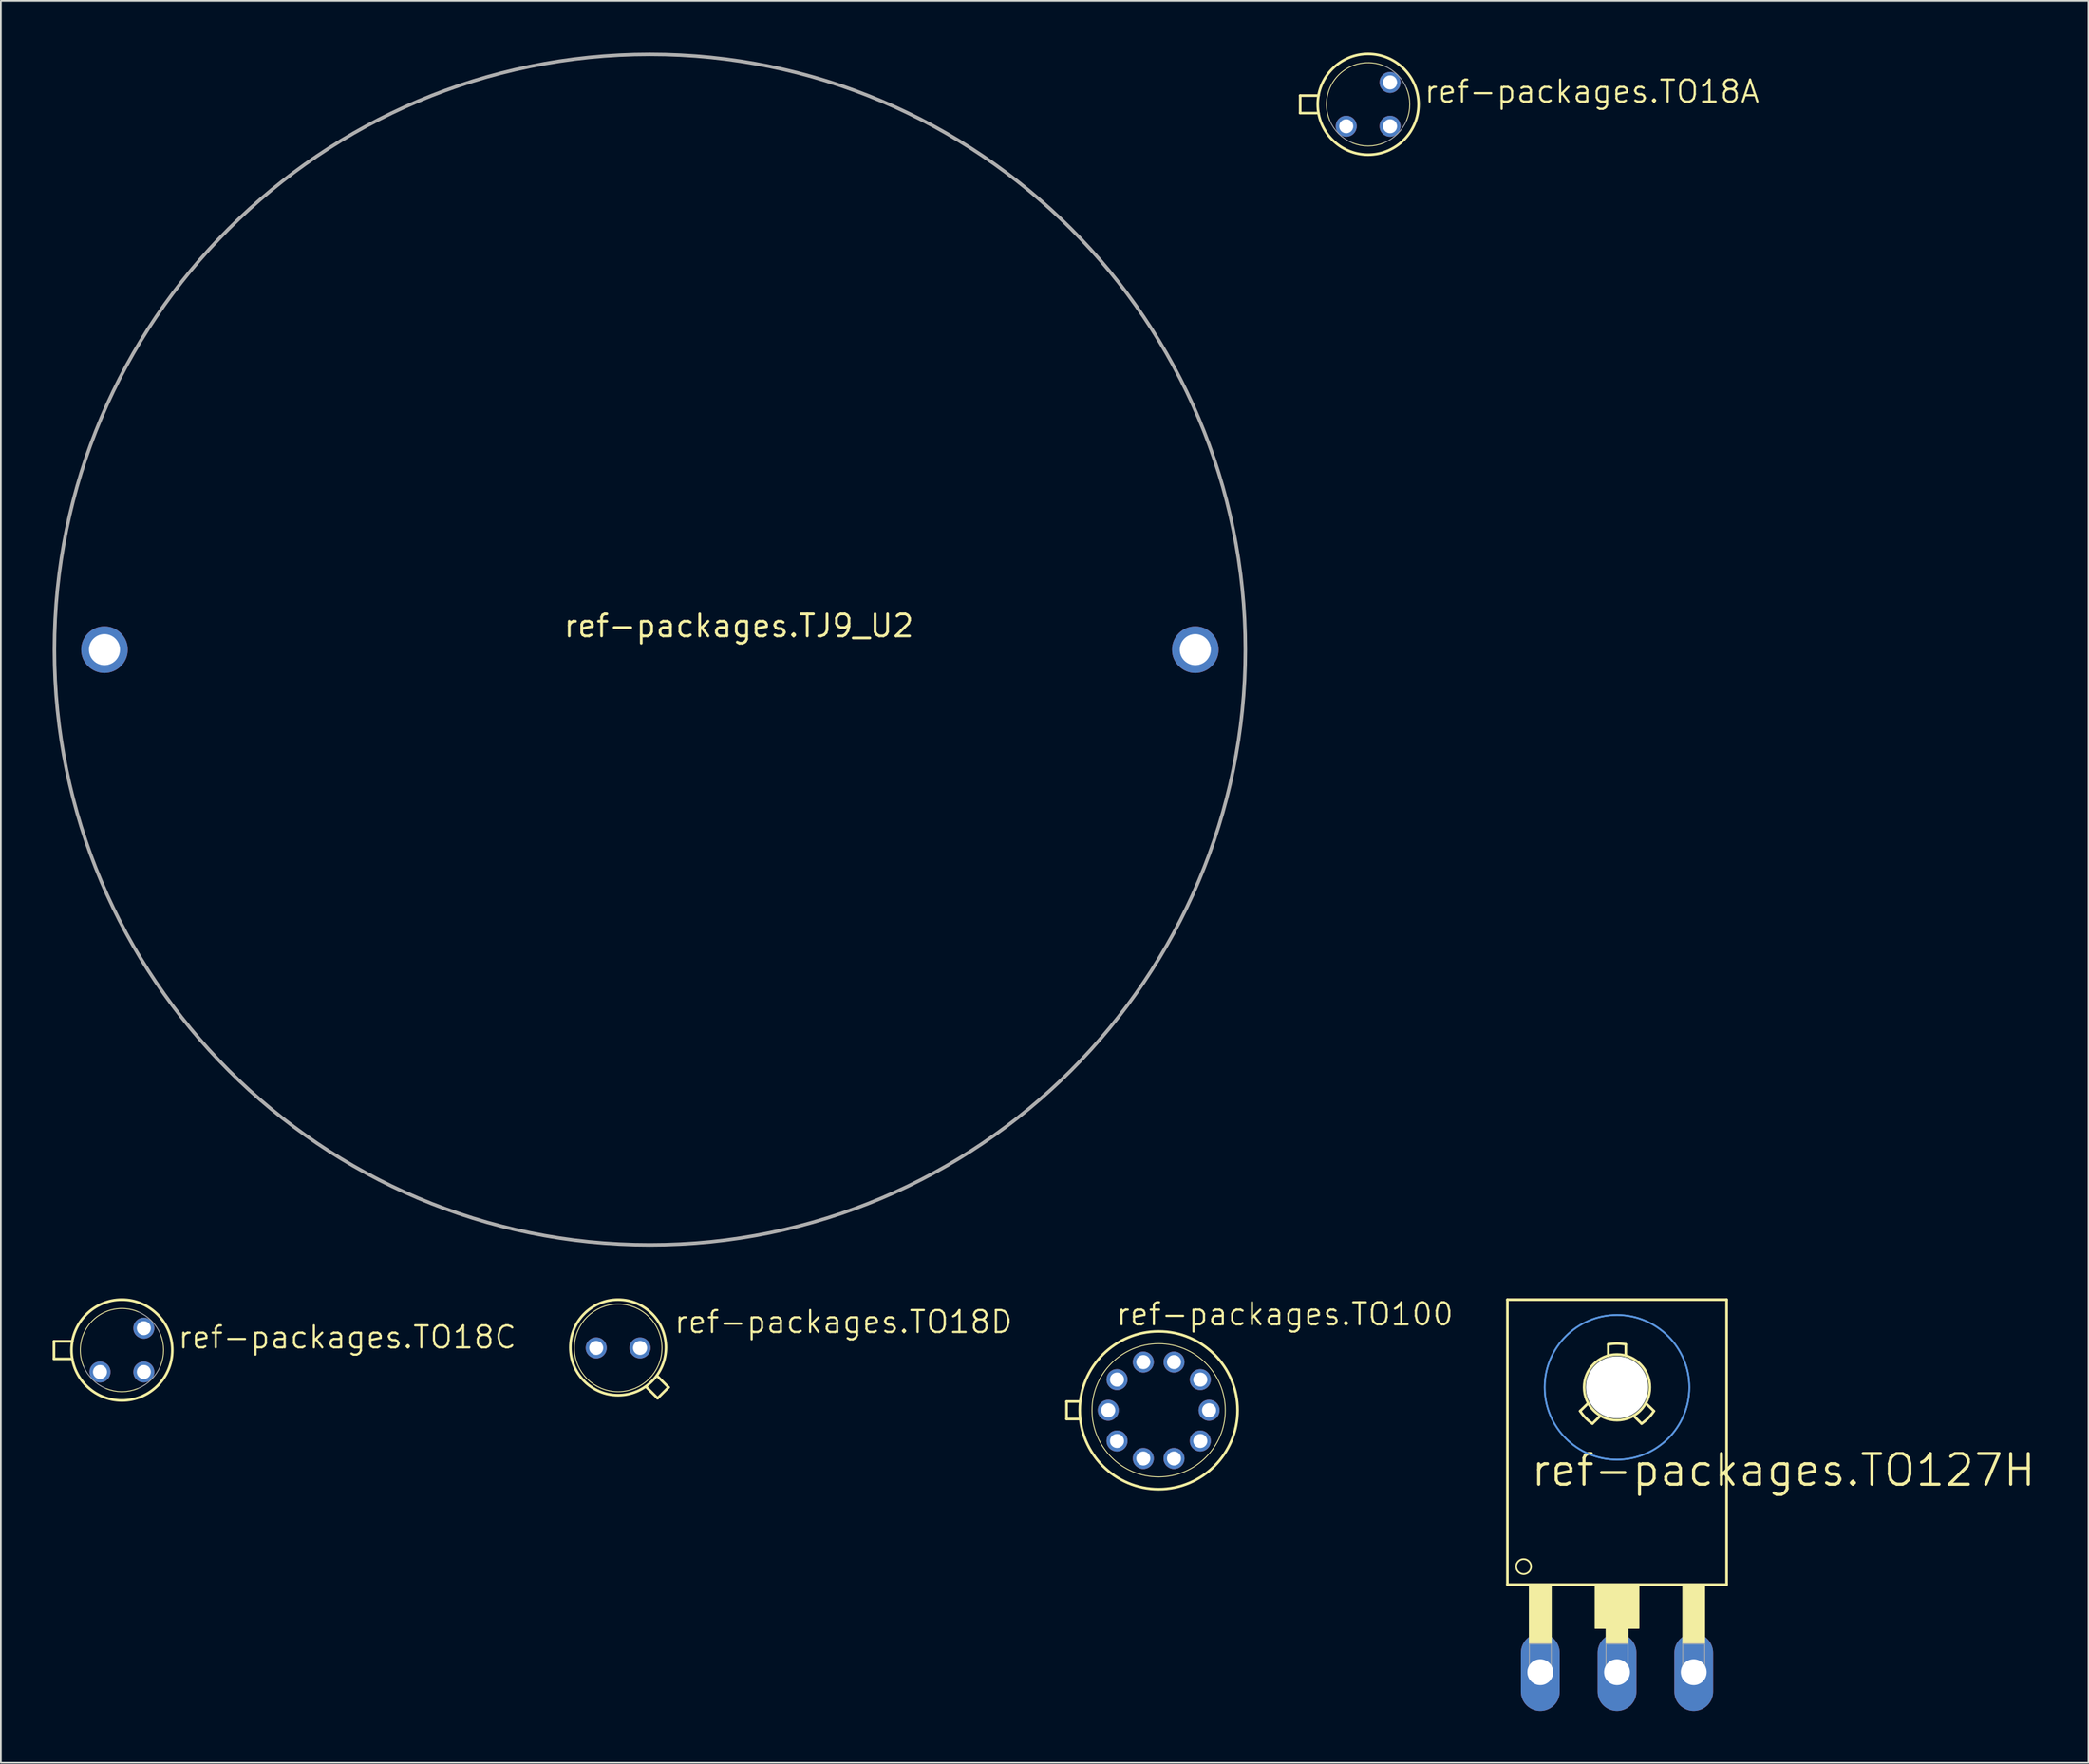
<source format=kicad_pcb>
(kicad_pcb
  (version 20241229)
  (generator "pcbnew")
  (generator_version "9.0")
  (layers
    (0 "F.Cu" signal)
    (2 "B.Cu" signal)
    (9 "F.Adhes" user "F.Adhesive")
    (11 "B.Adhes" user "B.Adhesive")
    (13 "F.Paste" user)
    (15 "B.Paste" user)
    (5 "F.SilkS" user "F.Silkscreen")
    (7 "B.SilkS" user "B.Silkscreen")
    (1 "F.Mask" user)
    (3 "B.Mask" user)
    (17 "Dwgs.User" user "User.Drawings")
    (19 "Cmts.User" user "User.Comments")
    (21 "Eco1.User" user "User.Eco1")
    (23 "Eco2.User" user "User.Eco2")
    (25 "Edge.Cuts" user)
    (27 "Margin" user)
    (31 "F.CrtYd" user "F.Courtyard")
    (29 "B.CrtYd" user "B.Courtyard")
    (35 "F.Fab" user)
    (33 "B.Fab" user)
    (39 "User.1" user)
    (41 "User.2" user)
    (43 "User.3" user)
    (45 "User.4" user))
  (footprint "ref-packages.TO18C"
    (layer "F.Cu")
    (at 4.013 75.2)
    (property "Reference" "ref-packages.TO18C" (at 3.175 0 0) (layer "F.SilkS") (effects (font (size 1.27 1.27) (thickness 0.13)) (justify left bottom)))
    (attr through_hole)
    (fp_line (start -3.937 -0.508) (end -2.877 -0.508) (stroke (width 0.152) (type default)) (layer "F.SilkS"))
    (fp_line (start -3.937 0.508) (end -3.937 -0.508) (stroke (width 0.152) (type default)) (layer "F.SilkS"))
    (fp_line (start -3.937 0.508) (end -2.877 0.508) (stroke (width 0.152) (type default)) (layer "F.SilkS"))
    (fp_arc (start -2.227 0.9289) (mid -1.706187 -1.706287) (end 0.929 -2.2271) (stroke (width 0.0508) (type default)) (layer "F.SilkS"))
    (fp_arc (start 0.9289 2.227) (mid 0 2.412962) (end -0.9289 2.227) (stroke (width 0.0508) (type default)) (layer "F.SilkS"))
    (fp_arc (start 2.227 -0.9289) (mid 2.412962 0) (end 2.227 0.9289) (stroke (width 0.0508) (type default)) (layer "F.SilkS"))
    (fp_circle (center 0 0) (end 2.921 0) (stroke (width 0.152) (type default)) (fill no) (layer "F.SilkS"))
    (fp_arc (start -0.9289 2.227) (mid -1.706222 1.706222) (end -2.227 0.9289) (stroke (width 0.0508) (type default)) (layer "F.Fab"))
    (fp_arc (start 0.9289 -2.227) (mid 1.706222 -1.706222) (end 2.227 -0.9289) (stroke (width 0.0508) (type default)) (layer "F.Fab"))
    (fp_arc (start 2.227 0.9289) (mid 1.706222 1.706222) (end 0.9289 2.227) (stroke (width 0.0508) (type default)) (layer "F.Fab"))
    (pad "B" thru_hole circle (at -1.27 1.27) (size 1.219 1.219) (drill 0.813) (layers "*.Cu" "*.Mask"))
    (pad "C" thru_hole circle (at 1.27 -1.27) (size 1.219 1.219) (drill 0.813) (layers "*.Cu" "*.Mask"))
    (pad "E" thru_hole circle (at 1.27 1.27) (size 1.219 1.219) (drill 0.813) (layers "*.Cu" "*.Mask")))
  (footprint "ref-packages.TO127H"
    (layer "F.Cu")
    (at 90.635 81.169)
    (property "Reference" "ref-packages.TO127H" (at -5.08 2.032 0) (layer "F.SilkS") (effects (font (size 1.778 1.778) (thickness 0.18)) (justify left bottom)))
    (attr through_hole)
    (fp_line (start -6.35 -8.89) (end 6.35 -8.89) (stroke (width 0.152) (type default)) (layer "F.SilkS"))
    (fp_line (start -6.35 7.62) (end -6.35 -8.89) (stroke (width 0.152) (type default)) (layer "F.SilkS"))
    (fp_line (start -6.35 7.62) (end 6.35 7.62) (stroke (width 0.152) (type default)) (layer "F.SilkS"))
    (fp_line (start -2.135 -2.434) (end -1.668 -2.89) (stroke (width 0.152) (type default)) (layer "F.SilkS"))
    (fp_line (start -1.425 -1.708) (end -0.958 -2.164) (stroke (width 0.152) (type default)) (layer "F.SilkS"))
    (fp_line (start -0.508 -5.646) (end -0.508 -6.299) (stroke (width 0.152) (type default)) (layer "F.SilkS"))
    (fp_line (start 0.508 -5.646) (end 0.508 -6.299) (stroke (width 0.152) (type default)) (layer "F.SilkS"))
    (fp_line (start 0.958 -2.164) (end 1.425 -1.708) (stroke (width 0.152) (type default)) (layer "F.SilkS"))
    (fp_line (start 1.668 -2.89) (end 2.135 -2.434) (stroke (width 0.152) (type default)) (layer "F.SilkS"))
    (fp_line (start 6.35 -8.89) (end 6.35 7.62) (stroke (width 0.152) (type default)) (layer "F.SilkS"))
    (fp_rect (start -5.08 11.049) (end -3.81 7.62) (stroke (width 0.05) (type default)) (fill yes) (layer "F.SilkS"))
    (fp_rect (start -1.27 10.16) (end 1.27 7.62) (stroke (width 0.05) (type default)) (fill yes) (layer "F.SilkS"))
    (fp_rect (start -0.635 11.049) (end 0.635 7.62) (stroke (width 0.05) (type default)) (fill yes) (layer "F.SilkS"))
    (fp_rect (start 3.81 11.049) (end 5.08 7.62) (stroke (width 0.05) (type default)) (fill yes) (layer "F.SilkS"))
    (fp_arc (start -1.4251 -1.7075) (mid -1.816805 -2.034989) (end -2.1351 -2.4342) (stroke (width 0.1524) (type default)) (layer "F.SilkS"))
    (fp_arc (start -0.508 -6.2987) (mid 0 -6.350018) (end 0.508 -6.2987) (stroke (width 0.1524) (type default)) (layer "F.SilkS"))
    (fp_arc (start 2.1351 -2.4342) (mid 1.816805 -2.034989) (end 1.4251 -1.7075) (stroke (width 0.1524) (type default)) (layer "F.SilkS"))
    (fp_circle (center -5.41 6.579) (end -4.978 6.579) (stroke (width 0.1) (type default)) (fill no) (layer "F.SilkS"))
    (fp_circle (center 0 -3.81) (end 1.905 -3.81) (stroke (width 0.152) (type default)) (fill no) (layer "F.SilkS"))
    (fp_circle (center 0 -3.81) (end 4.191 -3.81) (stroke (width 0.1) (type default)) (fill no) (layer "Cmts.User"))
    (fp_circle (center 0 -3.81) (end 4.191 -3.81) (stroke (width 0.1) (type default)) (fill no) (layer "Cmts.User"))
    (fp_rect (start -5.08 12.827) (end -3.81 11.049) (stroke (width 0.05) (type default)) (fill no) (layer "F.Fab"))
    (fp_rect (start -0.635 12.827) (end 0.635 11.049) (stroke (width 0.05) (type default)) (fill no) (layer "F.Fab"))
    (fp_rect (start 3.81 12.827) (end 5.08 11.049) (stroke (width 0.05) (type default)) (fill no) (layer "F.Fab"))
    (pad "" np_thru_hole circle (at 0 -3.81) (size 3.607 3.607) (drill 3.607) (layers "*.Cu" "*.Mask"))
    (pad "B" thru_hole oval (at -4.445 12.7 90) (size 4.496 2.248) (drill 1.499) (layers "*.Cu" "*.Mask"))
    (pad "C" thru_hole oval (at 0 12.7 90) (size 4.496 2.248) (drill 1.499) (layers "*.Cu" "*.Mask"))
    (pad "E" thru_hole oval (at 4.445 12.7 90) (size 4.496 2.248) (drill 1.499) (layers "*.Cu" "*.Mask")))
  (footprint "ref-packages.TO18A"
    (layer "F.Cu")
    (at 76.216 2.997)
    (property "Reference" "ref-packages.TO18A" (at 3.175 0 0) (layer "F.SilkS") (effects (font (size 1.27 1.27) (thickness 0.13)) (justify left bottom)))
    (attr through_hole)
    (fp_line (start -3.937 -0.508) (end -2.877 -0.508) (stroke (width 0.152) (type default)) (layer "F.SilkS"))
    (fp_line (start -3.937 0.508) (end -3.937 -0.508) (stroke (width 0.152) (type default)) (layer "F.SilkS"))
    (fp_line (start -3.937 0.508) (end -2.877 0.508) (stroke (width 0.152) (type default)) (layer "F.SilkS"))
    (fp_arc (start -2.227 0.9289) (mid -1.706187 -1.706287) (end 0.929 -2.2271) (stroke (width 0.0508) (type default)) (layer "F.SilkS"))
    (fp_arc (start 0.9289 2.227) (mid 0 2.412962) (end -0.9289 2.227) (stroke (width 0.0508) (type default)) (layer "F.SilkS"))
    (fp_arc (start 2.227 -0.9289) (mid 2.412962 0) (end 2.227 0.9289) (stroke (width 0.0508) (type default)) (layer "F.SilkS"))
    (fp_circle (center 0 0) (end 2.921 0) (stroke (width 0.152) (type default)) (fill no) (layer "F.SilkS"))
    (fp_arc (start -0.9289 2.227) (mid -1.706222 1.706222) (end -2.227 0.9289) (stroke (width 0.0508) (type default)) (layer "F.Fab"))
    (fp_arc (start 0.9289 -2.227) (mid 1.706222 -1.706222) (end 2.227 -0.9289) (stroke (width 0.0508) (type default)) (layer "F.Fab"))
    (fp_arc (start 2.227 0.9289) (mid 1.706222 1.706222) (end 0.9289 2.227) (stroke (width 0.0508) (type default)) (layer "F.Fab"))
    (pad "B" thru_hole circle (at 1.27 1.27) (size 1.219 1.219) (drill 0.813) (layers "*.Cu" "*.Mask"))
    (pad "C" thru_hole circle (at 1.27 -1.27) (size 1.219 1.219) (drill 0.813) (layers "*.Cu" "*.Mask"))
    (pad "E" thru_hole circle (at -1.27 1.27) (size 1.219 1.219) (drill 0.813) (layers "*.Cu" "*.Mask")))
  (footprint "ref-packages.TO18D"
    (layer "F.Cu")
    (at 32.763 75.073)
    (property "Reference" "ref-packages.TO18D" (at 3.175 -0.762 0) (layer "F.SilkS") (effects (font (size 1.27 1.27) (thickness 0.13)) (justify left bottom)))
    (attr through_hole)
    (fp_line (start 1.651 2.286) (end 2.286 2.921) (stroke (width 0.152) (type default)) (layer "F.SilkS"))
    (fp_line (start 2.286 2.921) (end 2.921 2.286) (stroke (width 0.152) (type default)) (layer "F.SilkS"))
    (fp_line (start 2.921 2.286) (end 2.286 1.651) (stroke (width 0.152) (type default)) (layer "F.SilkS"))
    (fp_circle (center 0 -0.025) (end 2.769 -0.025) (stroke (width 0.152) (type default)) (fill no) (layer "F.SilkS"))
    (fp_circle (center 0 0) (end 2.54 0) (stroke (width 0.051) (type default)) (fill no) (layer "F.SilkS"))
    (pad "A" thru_hole circle (at 1.27 0) (size 1.219 1.219) (drill 0.813) (layers "*.Cu" "*.Mask"))
    (pad "C" thru_hole circle (at -1.27 0) (size 1.219 1.219) (drill 0.813) (layers "*.Cu" "*.Mask")))
  (footprint "ref-packages.TJ9_U2"
    (layer "F.Cu")
    (at 34.602 34.602)
    (property "Reference" "ref-packages.TJ9_U2" (at -5.08 -0.635 0) (layer "F.SilkS") (effects (font (size 1.27 1.27) (thickness 0.16)) (justify left bottom)))
    (attr through_hole)
    (fp_circle (center 0 0) (end 34.5 0) (stroke (width 0.203) (type default)) (fill no) (layer "F.Fab"))
    (pad "1" thru_hole circle (at -31.6 0) (size 2.7 2.7) (drill 1.8) (layers "*.Cu" "*.Mask"))
    (pad "2" thru_hole circle (at 31.6 0) (size 2.7 2.7) (drill 1.8) (layers "*.Cu" "*.Mask")))
  (footprint "ref-packages.TO100"
    (layer "F.Cu")
    (at 64.079 78.689)
    (property "Reference" "ref-packages.TO100" (at -2.54 -4.826 0) (layer "F.SilkS") (effects (font (size 1.27 1.27) (thickness 0.13)) (justify left bottom)))
    (attr through_hole)
    (fp_line (start -5.334 0.508) (end -5.334 -0.508) (stroke (width 0.152) (type default)) (layer "F.SilkS"))
    (fp_line (start -5.334 0.508) (end -4.572 0.508) (stroke (width 0.152) (type default)) (layer "F.SilkS"))
    (fp_line (start -4.572 -0.508) (end -5.334 -0.508) (stroke (width 0.152) (type default)) (layer "F.SilkS"))
    (fp_circle (center 0 0) (end 3.861 0) (stroke (width 0.051) (type default)) (fill no) (layer "F.SilkS"))
    (fp_circle (center 0 0) (end 4.572 0) (stroke (width 0.152) (type default)) (fill no) (layer "F.SilkS"))
    (pad "1" thru_hole circle (at -2.413 1.778) (size 1.219 1.219) (drill 0.813) (layers "*.Cu" "*.Mask"))
    (pad "2" thru_hole circle (at -0.889 2.794) (size 1.219 1.219) (drill 0.813) (layers "*.Cu" "*.Mask"))
    (pad "3" thru_hole circle (at 0.889 2.794) (size 1.219 1.219) (drill 0.813) (layers "*.Cu" "*.Mask"))
    (pad "4" thru_hole circle (at 2.413 1.778) (size 1.219 1.219) (drill 0.813) (layers "*.Cu" "*.Mask"))
    (pad "5" thru_hole circle (at 2.921 0) (size 1.219 1.219) (drill 0.813) (layers "*.Cu" "*.Mask"))
    (pad "6" thru_hole circle (at 2.413 -1.778) (size 1.219 1.219) (drill 0.813) (layers "*.Cu" "*.Mask"))
    (pad "7" thru_hole circle (at 0.889 -2.794) (size 1.219 1.219) (drill 0.813) (layers "*.Cu" "*.Mask"))
    (pad "8" thru_hole circle (at -0.889 -2.794) (size 1.219 1.219) (drill 0.813) (layers "*.Cu" "*.Mask"))
    (pad "9" thru_hole circle (at -2.413 -1.778) (size 1.219 1.219) (drill 0.813) (layers "*.Cu" "*.Mask"))
    (pad "10" thru_hole circle (at -2.921 0) (size 1.219 1.219) (drill 0.813) (layers "*.Cu" "*.Mask")))
  (gr_rect
    (start -3 -3)
    (end 117.949 99.117)
    (stroke (width 0.1) (type default))
    (fill no)
    (layer "Edge.Cuts")))
</source>
